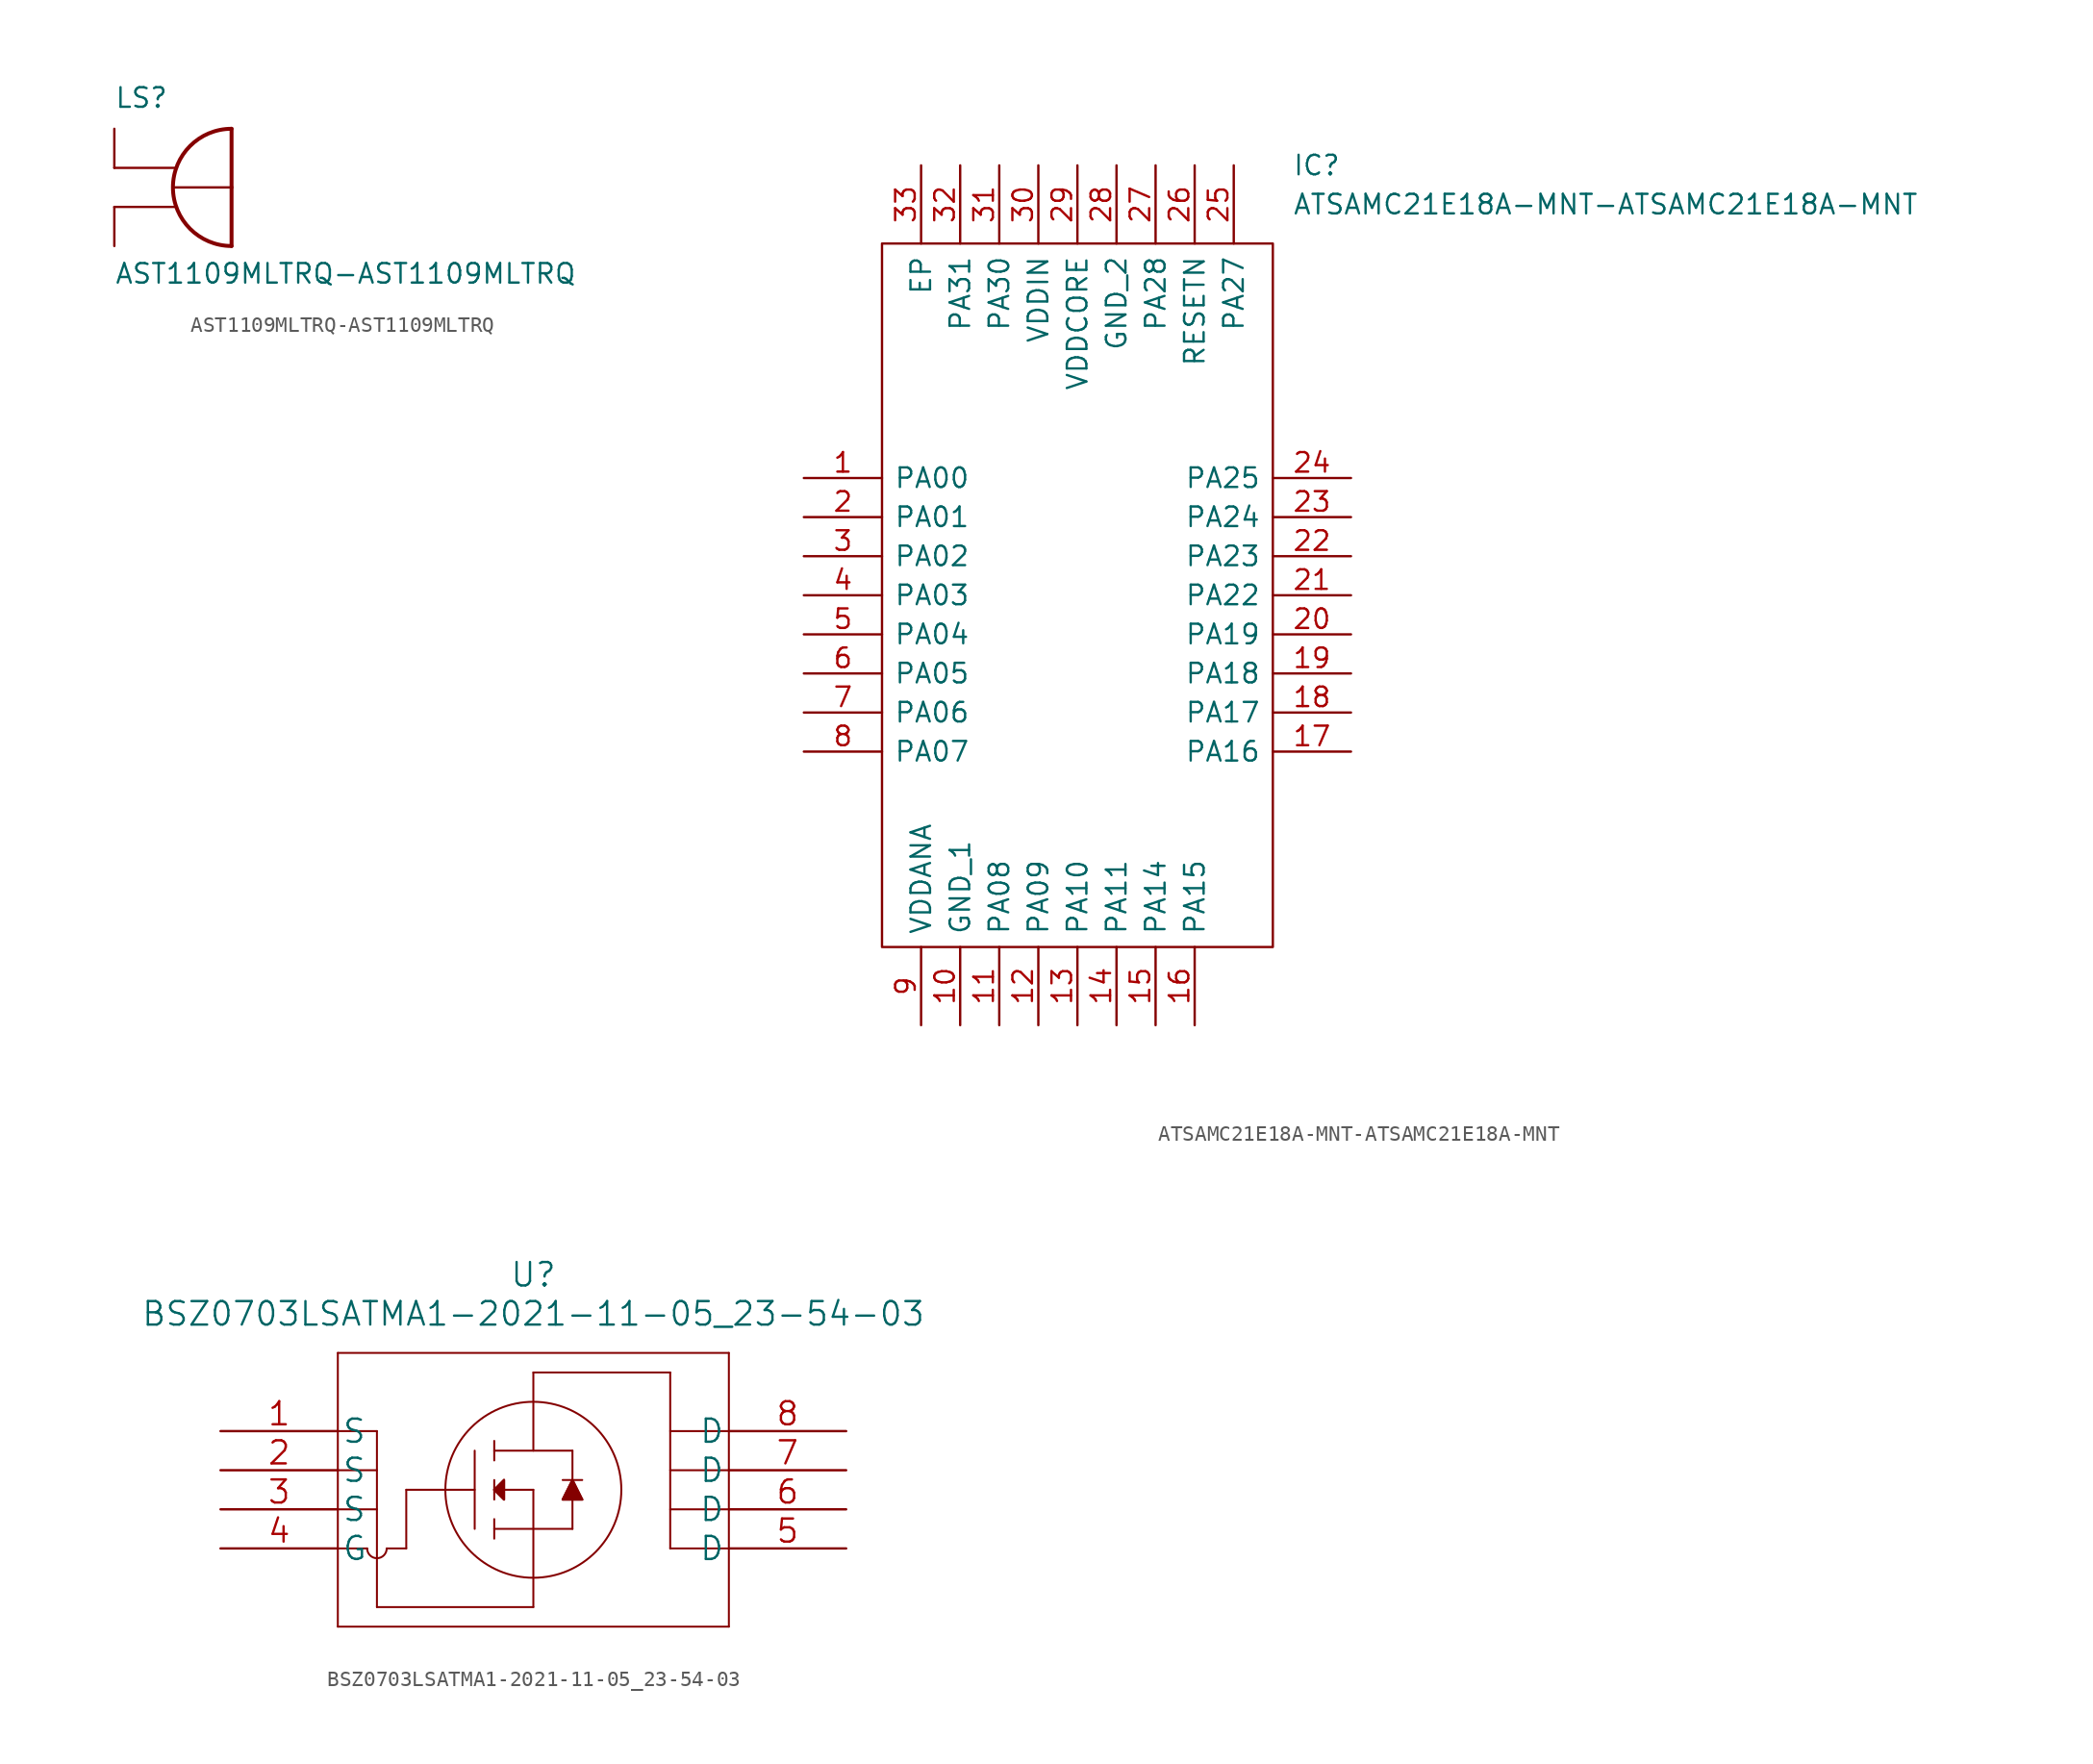
<source format=kicad_sym>
(kicad_symbol_lib
  (version 20220914)
  (generator kicad_symbol_editor)
  (symbol "AST1109MLTRQ-AST1109MLTRQ"
    (pin_numbers hide)
    (pin_names
      (offset 1.016) hide)
    (property "Reference" "LS"
      (at -2.54 6.35 0)
      (effects (font (size 1.27 1.27)) (justify left bottom)))
    (property "Value" "AST1109MLTRQ-AST1109MLTRQ"
      (at -2.54 -5.08 0)
      (effects (font (size 1.27 1.27)) (justify left bottom)))
    (property "ki_locked" ""
      (at 0 0 0)
      (effects (font (size 1.27 1.27))))
    (symbol "AST1109MLTRQ-AST1109MLTRQ_0_0"
      (polyline (pts (xy -2.54 0) (xy 1.397 0)) (stroke (width 0.152) (type solid)) (fill (type none)))
      (polyline (pts (xy -2.54 2.54) (xy 1.397 2.54)) (stroke (width 0.152) (type solid)) (fill (type none)))
      (polyline (pts (xy 1.27 1.27) (xy 5.08 1.27)) (stroke (width 0.152) (type solid)) (fill (type none)))
      (polyline (pts (xy 5.08 1.27) (xy 5.08 -2.54)) (stroke (width 0.254) (type solid)) (fill (type none)))
      (polyline (pts (xy 5.08 5.08) (xy 5.08 1.27)) (stroke (width 0.254) (type solid)) (fill (type none)))
      (arc (start 5.08 5.08) (mid 1.27 1.27) (end 5.08 -2.54) (stroke (width 0.254) (type solid)) (fill (type none)))
      (pin passive line (at -2.54 5.08 270) (length 2.54) (name "~" (effects (font (size 1.016 1.016)))) (number "1" (effects (font (size 1.016 1.016)))))
      (pin passive line (at -2.54 -2.54 90) (length 2.54) (name "~" (effects (font (size 1.016 1.016)))) (number "2" (effects (font (size 1.016 1.016)))))))
  (symbol "ATSAMC21E18A-MNT-ATSAMC21E18A-MNT"
    (pin_names
      (offset 0.762))
    (property "Reference" "IC"
      (at 31.75 20.32 0)
      (effects (font (size 1.27 1.27)) (justify left)))
    (property "Value" "ATSAMC21E18A-MNT-ATSAMC21E18A-MNT"
      (at 31.75 17.78 0)
      (effects (font (size 1.27 1.27)) (justify left)))
    (symbol "ATSAMC21E18A-MNT-ATSAMC21E18A-MNT_0_0"
      (pin passive line (at 0 0 0) (length 5.08) (name "PA00" (effects (font (size 1.27 1.27)))) (number "1" (effects (font (size 1.27 1.27)))))
      (pin passive line (at 10.16 -35.56 90) (length 5.08) (name "GND_1" (effects (font (size 1.27 1.27)))) (number "10" (effects (font (size 1.27 1.27)))))
      (pin passive line (at 12.7 -35.56 90) (length 5.08) (name "PA08" (effects (font (size 1.27 1.27)))) (number "11" (effects (font (size 1.27 1.27)))))
      (pin passive line (at 15.24 -35.56 90) (length 5.08) (name "PA09" (effects (font (size 1.27 1.27)))) (number "12" (effects (font (size 1.27 1.27)))))
      (pin passive line (at 17.78 -35.56 90) (length 5.08) (name "PA10" (effects (font (size 1.27 1.27)))) (number "13" (effects (font (size 1.27 1.27)))))
      (pin passive line (at 20.32 -35.56 90) (length 5.08) (name "PA11" (effects (font (size 1.27 1.27)))) (number "14" (effects (font (size 1.27 1.27)))))
      (pin passive line (at 22.86 -35.56 90) (length 5.08) (name "PA14" (effects (font (size 1.27 1.27)))) (number "15" (effects (font (size 1.27 1.27)))))
      (pin passive line (at 25.4 -35.56 90) (length 5.08) (name "PA15" (effects (font (size 1.27 1.27)))) (number "16" (effects (font (size 1.27 1.27)))))
      (pin passive line (at 35.56 -17.78 180) (length 5.08) (name "PA16" (effects (font (size 1.27 1.27)))) (number "17" (effects (font (size 1.27 1.27)))))
      (pin passive line (at 35.56 -15.24 180) (length 5.08) (name "PA17" (effects (font (size 1.27 1.27)))) (number "18" (effects (font (size 1.27 1.27)))))
      (pin passive line (at 35.56 -12.7 180) (length 5.08) (name "PA18" (effects (font (size 1.27 1.27)))) (number "19" (effects (font (size 1.27 1.27)))))
      (pin passive line (at 0 -2.54 0) (length 5.08) (name "PA01" (effects (font (size 1.27 1.27)))) (number "2" (effects (font (size 1.27 1.27)))))
      (pin passive line (at 35.56 -10.16 180) (length 5.08) (name "PA19" (effects (font (size 1.27 1.27)))) (number "20" (effects (font (size 1.27 1.27)))))
      (pin passive line (at 35.56 -7.62 180) (length 5.08) (name "PA22" (effects (font (size 1.27 1.27)))) (number "21" (effects (font (size 1.27 1.27)))))
      (pin passive line (at 35.56 -5.08 180) (length 5.08) (name "PA23" (effects (font (size 1.27 1.27)))) (number "22" (effects (font (size 1.27 1.27)))))
      (pin passive line (at 35.56 -2.54 180) (length 5.08) (name "PA24" (effects (font (size 1.27 1.27)))) (number "23" (effects (font (size 1.27 1.27)))))
      (pin passive line (at 35.56 0 180) (length 5.08) (name "PA25" (effects (font (size 1.27 1.27)))) (number "24" (effects (font (size 1.27 1.27)))))
      (pin passive line (at 27.94 20.32 270) (length 5.08) (name "PA27" (effects (font (size 1.27 1.27)))) (number "25" (effects (font (size 1.27 1.27)))))
      (pin passive line (at 25.4 20.32 270) (length 5.08) (name "RESETN" (effects (font (size 1.27 1.27)))) (number "26" (effects (font (size 1.27 1.27)))))
      (pin passive line (at 22.86 20.32 270) (length 5.08) (name "PA28" (effects (font (size 1.27 1.27)))) (number "27" (effects (font (size 1.27 1.27)))))
      (pin passive line (at 20.32 20.32 270) (length 5.08) (name "GND_2" (effects (font (size 1.27 1.27)))) (number "28" (effects (font (size 1.27 1.27)))))
      (pin passive line (at 17.78 20.32 270) (length 5.08) (name "VDDCORE" (effects (font (size 1.27 1.27)))) (number "29" (effects (font (size 1.27 1.27)))))
      (pin passive line (at 0 -5.08 0) (length 5.08) (name "PA02" (effects (font (size 1.27 1.27)))) (number "3" (effects (font (size 1.27 1.27)))))
      (pin passive line (at 15.24 20.32 270) (length 5.08) (name "VDDIN" (effects (font (size 1.27 1.27)))) (number "30" (effects (font (size 1.27 1.27)))))
      (pin passive line (at 12.7 20.32 270) (length 5.08) (name "PA30" (effects (font (size 1.27 1.27)))) (number "31" (effects (font (size 1.27 1.27)))))
      (pin passive line (at 10.16 20.32 270) (length 5.08) (name "PA31" (effects (font (size 1.27 1.27)))) (number "32" (effects (font (size 1.27 1.27)))))
      (pin passive line (at 7.62 20.32 270) (length 5.08) (name "EP" (effects (font (size 1.27 1.27)))) (number "33" (effects (font (size 1.27 1.27)))))
      (pin passive line (at 0 -7.62 0) (length 5.08) (name "PA03" (effects (font (size 1.27 1.27)))) (number "4" (effects (font (size 1.27 1.27)))))
      (pin passive line (at 0 -10.16 0) (length 5.08) (name "PA04" (effects (font (size 1.27 1.27)))) (number "5" (effects (font (size 1.27 1.27)))))
      (pin passive line (at 0 -12.7 0) (length 5.08) (name "PA05" (effects (font (size 1.27 1.27)))) (number "6" (effects (font (size 1.27 1.27)))))
      (pin passive line (at 0 -15.24 0) (length 5.08) (name "PA06" (effects (font (size 1.27 1.27)))) (number "7" (effects (font (size 1.27 1.27)))))
      (pin passive line (at 0 -17.78 0) (length 5.08) (name "PA07" (effects (font (size 1.27 1.27)))) (number "8" (effects (font (size 1.27 1.27)))))
      (pin passive line (at 7.62 -35.56 90) (length 5.08) (name "VDDANA" (effects (font (size 1.27 1.27)))) (number "9" (effects (font (size 1.27 1.27))))))
    (symbol "ATSAMC21E18A-MNT-ATSAMC21E18A-MNT_0_1"
      (polyline (pts (xy 5.08 15.24) (xy 30.48 15.24) (xy 30.48 -30.48) (xy 5.08 -30.48) (xy 5.08 15.24)) (stroke (width 0.152) (type solid)) (fill (type none)))))
  (symbol "BSZ0703LSATMA1-2021-11-05_23-54-03"
    (pin_names
      (offset 0.254))
    (property "Reference" "U"
      (at 20.32 10.16 0)
      (effects (font (size 1.524 1.524))))
    (property "Value" "BSZ0703LSATMA1-2021-11-05_23-54-03"
      (at 20.32 7.62 0)
      (effects (font (size 1.524 1.524))))
    (property "Datasheet" ""
      (at 0 0 0)
      (effects (font (size 1.524 1.524))))
    (property "ki_locked" ""
      (at 0 0 0)
      (effects (font (size 1.27 1.27))))
    (symbol "BSZ0703LSATMA1-2021-11-05_23-54-03_1_1"
      (polyline (pts (xy 7.62 -12.7) (xy 33.02 -12.7)) (stroke (width 0.127) (type solid)) (fill (type none)))
      (polyline (pts (xy 7.62 -7.62) (xy 9.525 -7.62)) (stroke (width 0.127) (type solid)) (fill (type none)))
      (polyline (pts (xy 7.62 -5.08) (xy 10.16 -5.08)) (stroke (width 0.127) (type solid)) (fill (type none)))
      (polyline (pts (xy 7.62 -2.54) (xy 10.16 -2.54)) (stroke (width 0.127) (type solid)) (fill (type none)))
      (polyline (pts (xy 7.62 0) (xy 10.16 0)) (stroke (width 0.127) (type solid)) (fill (type none)))
      (polyline (pts (xy 7.62 5.08) (xy 7.62 -12.7)) (stroke (width 0.127) (type solid)) (fill (type none)))
      (polyline (pts (xy 10.16 -11.43) (xy 20.32 -11.43)) (stroke (width 0.127) (type solid)) (fill (type none)))
      (polyline (pts (xy 10.16 0) (xy 10.16 -11.43)) (stroke (width 0.127) (type solid)) (fill (type none)))
      (polyline (pts (xy 10.795 -7.62) (xy 12.065 -7.62)) (stroke (width 0.127) (type solid)) (fill (type none)))
      (polyline (pts (xy 12.065 -7.62) (xy 12.065 -3.81)) (stroke (width 0.127) (type solid)) (fill (type none)))
      (polyline (pts (xy 16.51 -3.81) (xy 12.065 -3.81)) (stroke (width 0.127) (type solid)) (fill (type none)))
      (polyline (pts (xy 16.51 -1.27) (xy 16.51 -6.35)) (stroke (width 0.127) (type solid)) (fill (type none)))
      (polyline (pts (xy 17.78 -6.35) (xy 22.86 -6.35)) (stroke (width 0.127) (type solid)) (fill (type none)))
      (polyline (pts (xy 17.78 -5.715) (xy 17.78 -6.985)) (stroke (width 0.127) (type solid)) (fill (type none)))
      (polyline (pts (xy 17.78 -3.81) (xy 18.415 -4.445)) (stroke (width 0.127) (type solid)) (fill (type none)))
      (polyline (pts (xy 17.78 -3.81) (xy 18.415 -3.175)) (stroke (width 0.127) (type solid)) (fill (type none)))
      (polyline (pts (xy 17.78 -3.175) (xy 17.78 -4.445)) (stroke (width 0.127) (type solid)) (fill (type none)))
      (polyline (pts (xy 17.78 -1.27) (xy 22.86 -1.27)) (stroke (width 0.127) (type solid)) (fill (type none)))
      (polyline (pts (xy 17.78 -0.635) (xy 17.78 -1.905)) (stroke (width 0.127) (type solid)) (fill (type none)))
      (polyline (pts (xy 18.415 -3.175) (xy 18.415 -4.445)) (stroke (width 0.127) (type solid)) (fill (type none)))
      (polyline (pts (xy 20.32 -3.81) (xy 17.78 -3.81)) (stroke (width 0.127) (type solid)) (fill (type none)))
      (polyline (pts (xy 20.32 -3.81) (xy 20.32 -11.43)) (stroke (width 0.127) (type solid)) (fill (type none)))
      (polyline (pts (xy 20.32 -1.27) (xy 20.32 3.81)) (stroke (width 0.127) (type solid)) (fill (type none)))
      (polyline (pts (xy 22.225 -4.445) (xy 23.495 -4.445)) (stroke (width 0.127) (type solid)) (fill (type none)))
      (polyline (pts (xy 22.225 -3.175) (xy 23.495 -3.175)) (stroke (width 0.127) (type solid)) (fill (type none)))
      (polyline (pts (xy 22.86 -6.35) (xy 22.86 -1.27)) (stroke (width 0.127) (type solid)) (fill (type none)))
      (polyline (pts (xy 22.86 -3.175) (xy 22.225 -4.445)) (stroke (width 0.127) (type solid)) (fill (type none)))
      (polyline (pts (xy 23.495 -4.445) (xy 22.86 -3.175)) (stroke (width 0.127) (type solid)) (fill (type none)))
      (polyline (pts (xy 29.21 -7.62) (xy 29.21 3.81)) (stroke (width 0.127) (type solid)) (fill (type none)))
      (polyline (pts (xy 29.21 -5.08) (xy 33.02 -5.08)) (stroke (width 0.127) (type solid)) (fill (type none)))
      (polyline (pts (xy 29.21 -2.54) (xy 33.02 -2.54)) (stroke (width 0.127) (type solid)) (fill (type none)))
      (polyline (pts (xy 29.21 0) (xy 33.02 0)) (stroke (width 0.127) (type solid)) (fill (type none)))
      (polyline (pts (xy 29.21 3.81) (xy 20.32 3.81)) (stroke (width 0.127) (type solid)) (fill (type none)))
      (polyline (pts (xy 33.02 -12.7) (xy 33.02 5.08)) (stroke (width 0.127) (type solid)) (fill (type none)))
      (polyline (pts (xy 33.02 -7.62) (xy 29.21 -7.62)) (stroke (width 0.127) (type solid)) (fill (type none)))
      (polyline (pts (xy 33.02 5.08) (xy 7.62 5.08)) (stroke (width 0.127) (type solid)) (fill (type none)))
      (polyline (pts (xy 17.78 -3.81) (xy 18.415 -3.175) (xy 18.415 -4.445) (xy 17.78 -3.81)) (stroke (width 0) (type solid)) (fill (type outline)))
      (polyline (pts (xy 22.225 -4.445) (xy 22.86 -3.175) (xy 23.495 -4.445) (xy 22.225 -4.445)) (stroke (width 0) (type solid)) (fill (type outline)))
      (arc (start 9.525 -7.62) (mid 10.16 -8.255) (end 10.795 -7.62) (stroke (width 0.127) (type solid)) (fill (type none)))
      (circle (center 20.32 -3.81) (radius 5.715) (stroke (width 0.127) (type solid)) (fill (type none)))
      (arc (start 26.035 -3.81) (mid 14.605 -3.81) (end 26.035 -3.81) (stroke (width 0.127) (type solid)) (fill (type none)))
      (pin unspecified line (at 0 0 0) (length 7.62) (name "S" (effects (font (size 1.499 1.499)))) (number "1" (effects (font (size 1.499 1.499)))))
      (pin unspecified line (at 0 -2.54 0) (length 7.62) (name "S" (effects (font (size 1.499 1.499)))) (number "2" (effects (font (size 1.499 1.499)))))
      (pin unspecified line (at 0 -5.08 0) (length 7.62) (name "S" (effects (font (size 1.499 1.499)))) (number "3" (effects (font (size 1.499 1.499)))))
      (pin unspecified line (at 0 -7.62 0) (length 7.62) (name "G" (effects (font (size 1.499 1.499)))) (number "4" (effects (font (size 1.499 1.499)))))
      (pin unspecified line (at 40.64 -7.62 180) (length 7.62) (name "D" (effects (font (size 1.499 1.499)))) (number "5" (effects (font (size 1.499 1.499)))))
      (pin unspecified line (at 40.64 -5.08 180) (length 7.62) (name "D" (effects (font (size 1.499 1.499)))) (number "6" (effects (font (size 1.499 1.499)))))
      (pin unspecified line (at 40.64 -2.54 180) (length 7.62) (name "D" (effects (font (size 1.499 1.499)))) (number "7" (effects (font (size 1.499 1.499)))))
      (pin unspecified line (at 40.64 0 180) (length 7.62) (name "D" (effects (font (size 1.499 1.499)))) (number "8" (effects (font (size 1.499 1.499))))))))
</source>
